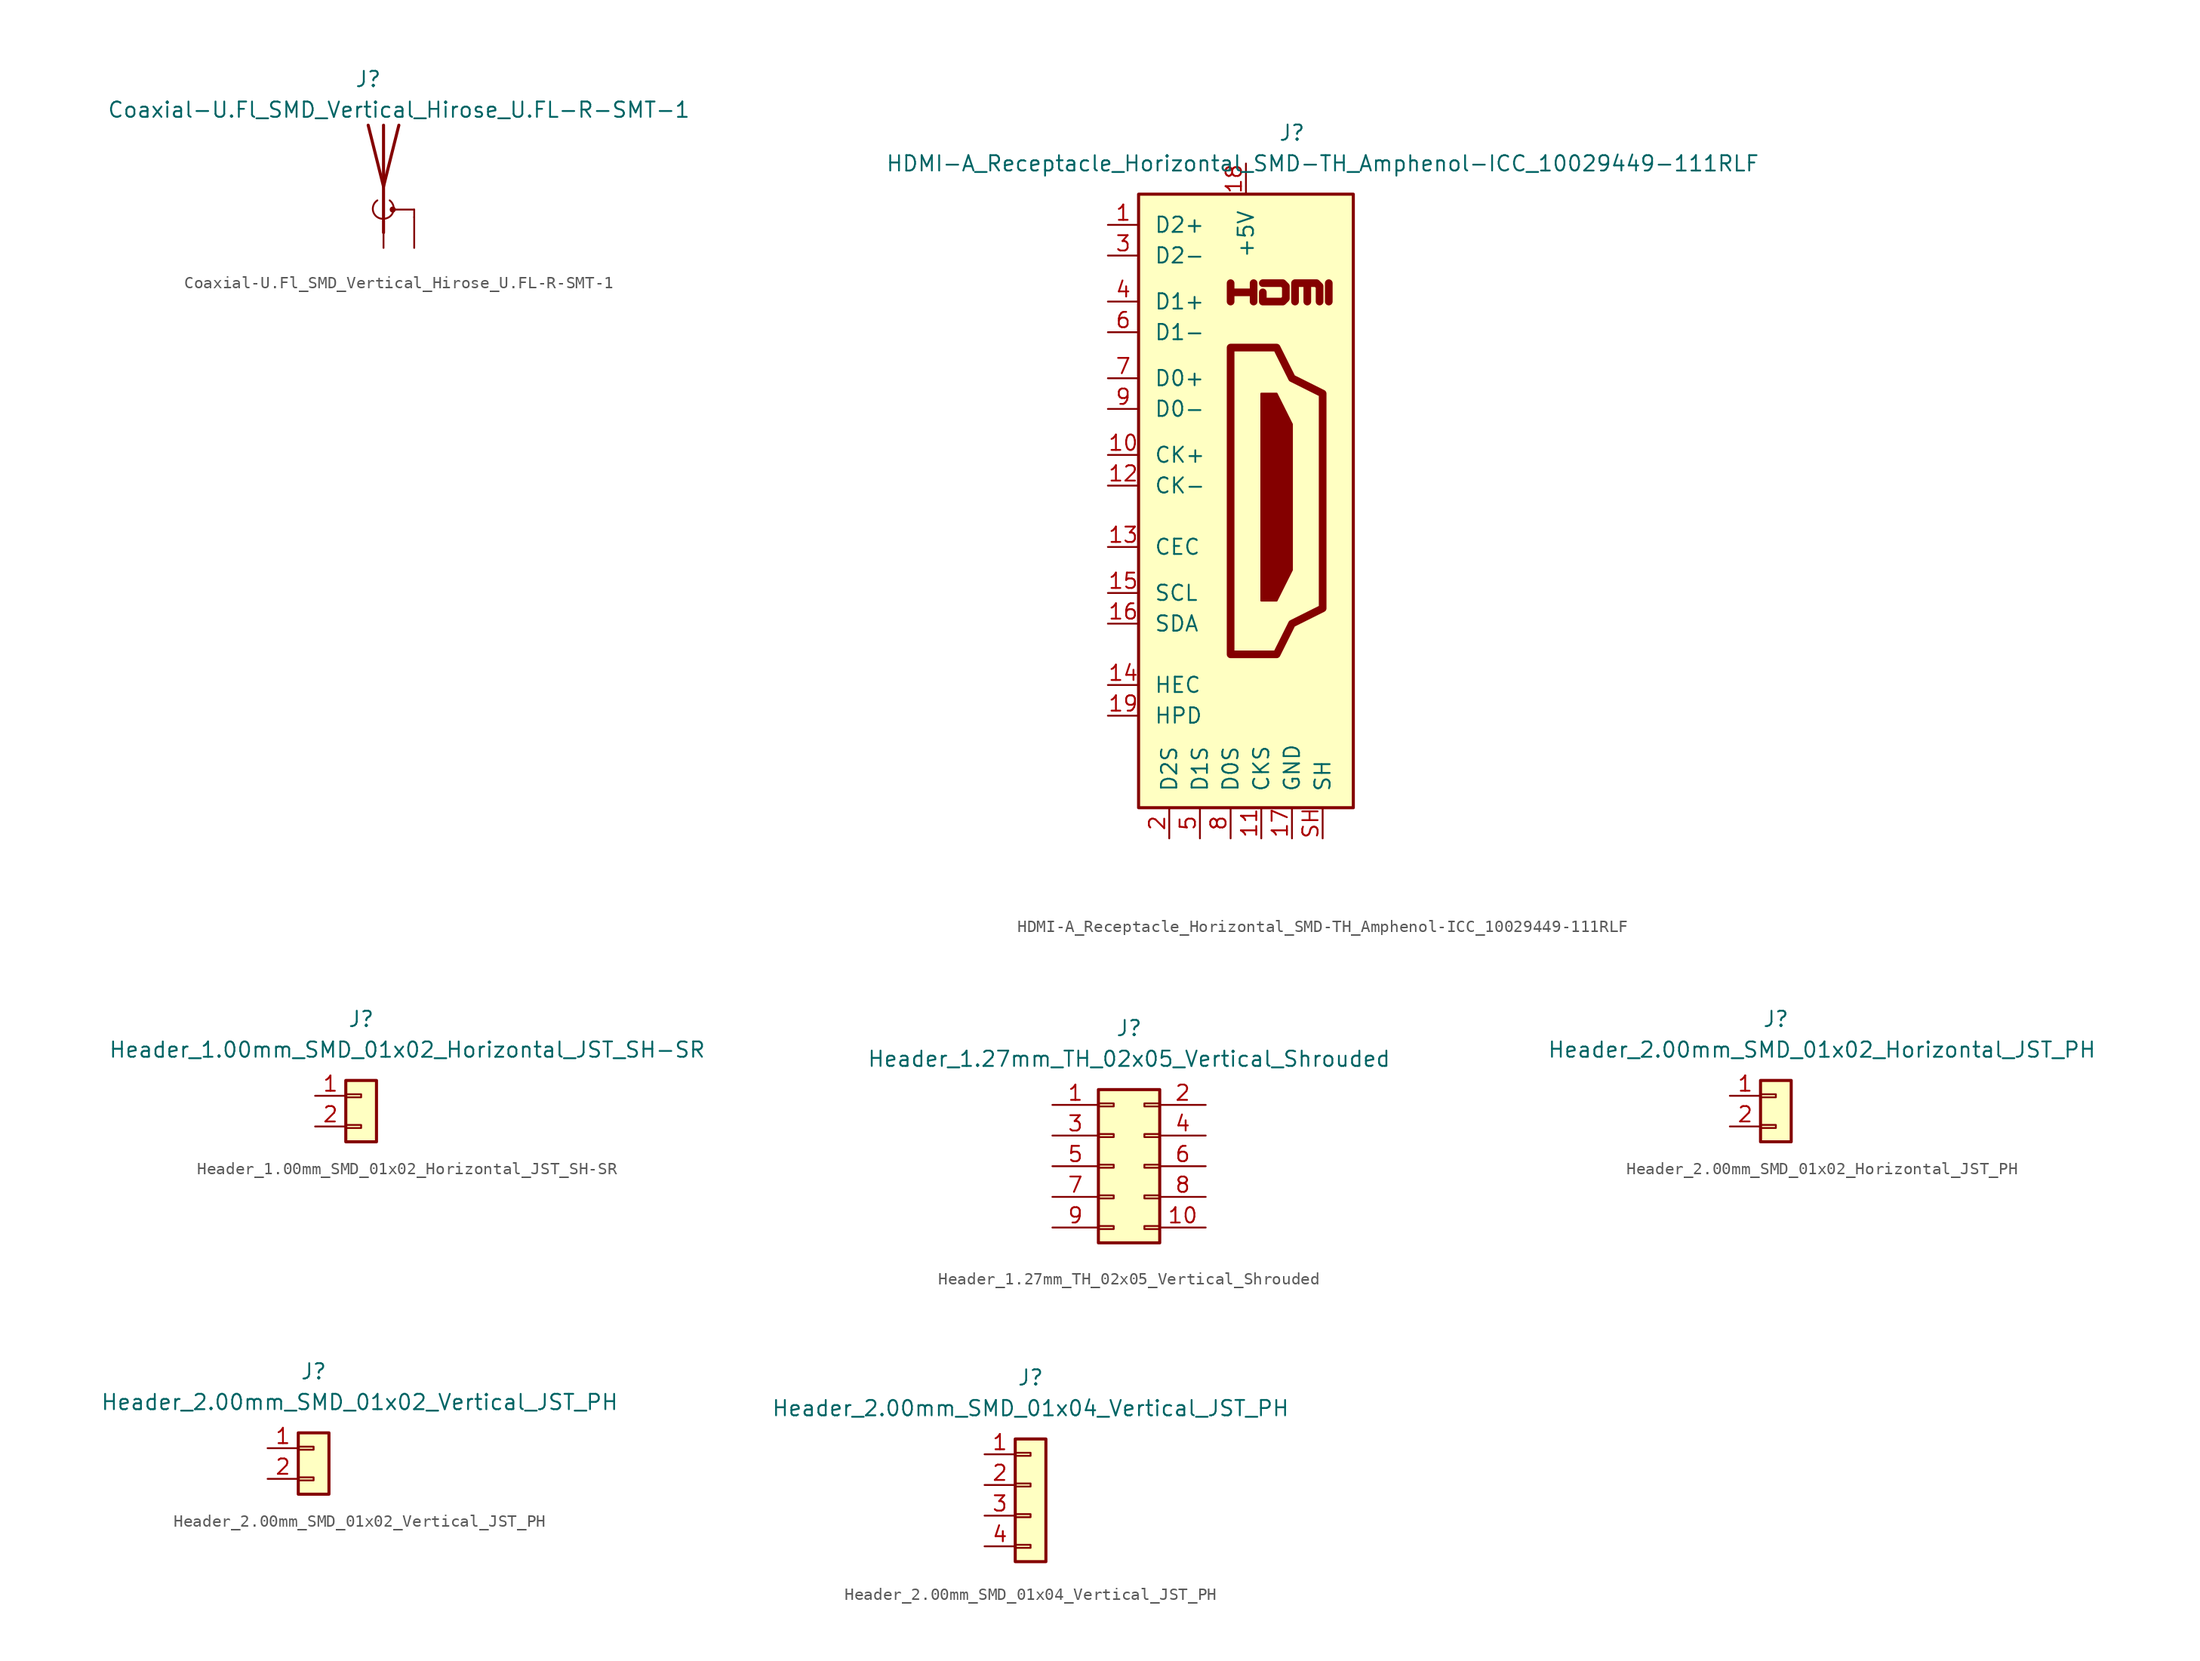
<source format=kicad_sym>
(kicad_symbol_lib
  (version 20241209)
  (generator "kicad_symbol_editor")
  (generator_version "9.0")
  (symbol "Coaxial-U.Fl_SMD_Vertical_Hirose_U.FL-R-SMT-1"
    (pin_numbers
      (hide yes))
    (pin_names
      (offset 1.27)
      (hide yes))
    (property "Reference" "J"
      (at -1.27 8.89 0)
      (effects (font (size 1.27 1.27))))
    (property "Value" "Coaxial-U.Fl_SMD_Vertical_Hirose_U.FL-R-SMT-1"
      (at 1.27 6.35 0)
      (effects (font (size 1.27 1.27))))
    (symbol "Coaxial-U.Fl_SMD_Vertical_Hirose_U.FL-R-SMT-1_1_1"
      (arc (start 0 -2.667) (mid -0.8485 -2.1032) (end -0.508 -1.143) (stroke (width 0) (type default)) (fill (type none)))
      (polyline (pts (xy 0 5.08) (xy 0 -3.81)) (stroke (width 0.254) (type default)) (fill (type none)))
      (polyline (pts (xy 0 -2.54) (xy 0 0)) (stroke (width 0) (type default)) (fill (type none)))
      (arc (start 0.508 -1.143) (mid 0.8046 -2.0885) (end 0 -2.667) (stroke (width 0) (type default)) (fill (type none)))
      (polyline (pts (xy 0.762 -1.905) (xy 2.54 -1.905)) (stroke (width 0) (type default)) (fill (type none)))
      (circle (center 0.762 -1.905) (radius 0.178) (stroke (width 0) (type default)) (fill (type outline)))
      (polyline (pts (xy 1.27 5.08) (xy 0 0) (xy -1.27 5.08)) (stroke (width 0.254) (type default)) (fill (type none)))
      (polyline (pts (xy 2.54 -2.54) (xy 2.54 -1.905)) (stroke (width 0) (type default)) (fill (type none)))
      (pin input line (at 0 -5.08 90) (length 2.54) (name "A" (effects (font (size 1.27 1.27)))) (number "1" (effects (font (size 1.27 1.27)))))
      (pin input line (at 2.54 -5.08 90) (length 2.54) (name "Shield" (effects (font (size 1.27 1.27)))) (number "2" (effects (font (size 1.27 1.27)))))))
  (symbol "HDMI-A_Receptacle_Horizontal_SMD-TH_Amphenol-ICC_10029449-111RLF"
    (pin_names
      (offset 1.27))
    (property "Reference" "J"
      (at 3.81 30.48 0)
      (effects (font (size 1.27 1.27))))
    (property "Value" "HDMI-A_Receptacle_Horizontal_SMD-TH_Amphenol-ICC_10029449-111RLF"
      (at 6.35 27.94 0)
      (effects (font (size 1.27 1.27))))
    (symbol "HDMI-A_Receptacle_Horizontal_SMD-TH_Amphenol-ICC_10029449-111RLF_1_1"
      (rectangle (start -8.89 25.4) (end 8.89 -25.4) (stroke (width 0.254) (type default)) (fill (type background)))
      (polyline (pts (xy -1.27 16.51) (xy -1.27 18.034) (xy -1.27 17.272) (xy 0.635 17.272) (xy 0.635 18.034) (xy 0.635 16.51)) (stroke (width 0.635) (type default)) (fill (type none)))
      (polyline (pts (xy -1.27 12.7) (xy -1.27 -12.7) (xy 2.54 -12.7) (xy 3.81 -10.16) (xy 6.35 -8.89) (xy 6.35 8.89) (xy 3.81 10.16) (xy 2.54 12.7) (xy -1.27 12.7)) (stroke (width 0.635) (type default)) (fill (type none)))
      (polyline (pts (xy 1.27 8.89) (xy 2.54 8.89) (xy 3.81 6.35) (xy 3.81 -5.715) (xy 2.54 -8.255) (xy 1.27 -8.255) (xy 1.27 8.89)) (stroke (width 0) (type default)) (fill (type outline)))
      (polyline (pts (xy 1.397 18.034) (xy 3.048 18.034) (xy 3.302 17.78) (xy 3.302 16.764) (xy 3.048 16.51) (xy 1.397 16.51) (xy 1.397 17.272)) (stroke (width 0.635) (type default)) (fill (type none)))
      (polyline (pts (xy 4.064 16.51) (xy 4.064 18.034) (xy 5.08 18.034) (xy 5.08 16.51) (xy 5.08 18.034) (xy 5.842 18.034) (xy 6.096 17.78) (xy 6.096 16.51)) (stroke (width 0.635) (type default)) (fill (type none)))
      (polyline (pts (xy 6.858 16.51) (xy 6.858 18.034)) (stroke (width 0.635) (type default)) (fill (type none)))
      (pin input line (at -11.43 22.86 0) (length 2.54) (name "D2+" (effects (font (size 1.27 1.27)))) (number "1" (effects (font (size 1.27 1.27)))))
      (pin input line (at -11.43 20.32 0) (length 2.54) (name "D2-" (effects (font (size 1.27 1.27)))) (number "3" (effects (font (size 1.27 1.27)))))
      (pin input line (at -11.43 16.51 0) (length 2.54) (name "D1+" (effects (font (size 1.27 1.27)))) (number "4" (effects (font (size 1.27 1.27)))))
      (pin input line (at -11.43 13.97 0) (length 2.54) (name "D1-" (effects (font (size 1.27 1.27)))) (number "6" (effects (font (size 1.27 1.27)))))
      (pin input line (at -11.43 10.16 0) (length 2.54) (name "D0+" (effects (font (size 1.27 1.27)))) (number "7" (effects (font (size 1.27 1.27)))))
      (pin input line (at -11.43 7.62 0) (length 2.54) (name "D0-" (effects (font (size 1.27 1.27)))) (number "9" (effects (font (size 1.27 1.27)))))
      (pin input line (at -11.43 3.81 0) (length 2.54) (name "CK+" (effects (font (size 1.27 1.27)))) (number "10" (effects (font (size 1.27 1.27)))))
      (pin input line (at -11.43 1.27 0) (length 2.54) (name "CK-" (effects (font (size 1.27 1.27)))) (number "12" (effects (font (size 1.27 1.27)))))
      (pin bidirectional line (at -11.43 -3.81 0) (length 2.54) (name "CEC" (effects (font (size 1.27 1.27)))) (number "13" (effects (font (size 1.27 1.27)))))
      (pin input line (at -11.43 -7.62 0) (length 2.54) (name "SCL" (effects (font (size 1.27 1.27)))) (number "15" (effects (font (size 1.27 1.27)))))
      (pin bidirectional line (at -11.43 -10.16 0) (length 2.54) (name "SDA" (effects (font (size 1.27 1.27)))) (number "16" (effects (font (size 1.27 1.27)))))
      (pin bidirectional line (at -11.43 -15.24 0) (length 2.54) (name "HEC" (effects (font (size 1.27 1.27)))) (number "14" (effects (font (size 1.27 1.27)))))
      (pin output line (at -11.43 -17.78 0) (length 2.54) (name "HPD" (effects (font (size 1.27 1.27)))) (number "19" (effects (font (size 1.27 1.27)))))
      (pin power_in line (at -6.35 -27.94 90) (length 2.54) (name "D2S" (effects (font (size 1.27 1.27)))) (number "2" (effects (font (size 1.27 1.27)))))
      (pin power_in line (at -3.81 -27.94 90) (length 2.54) (name "D1S" (effects (font (size 1.27 1.27)))) (number "5" (effects (font (size 1.27 1.27)))))
      (pin power_in line (at -1.27 -27.94 90) (length 2.54) (name "D0S" (effects (font (size 1.27 1.27)))) (number "8" (effects (font (size 1.27 1.27)))))
      (pin power_in line (at 0 27.94 270) (length 2.54) (name "+5V" (effects (font (size 1.27 1.27)))) (number "18" (effects (font (size 1.27 1.27)))))
      (pin power_in line (at 1.27 -27.94 90) (length 2.54) (name "CKS" (effects (font (size 1.27 1.27)))) (number "11" (effects (font (size 1.27 1.27)))))
      (pin power_in line (at 3.81 -27.94 90) (length 2.54) (name "GND" (effects (font (size 1.27 1.27)))) (number "17" (effects (font (size 1.27 1.27)))))
      (pin passive line (at 6.35 -27.94 90) (length 2.54) (name "SH" (effects (font (size 1.27 1.27)))) (number "SH" (effects (font (size 1.27 1.27)))))))
  (symbol "Header_1.00mm_SMD_01x02_Horizontal_JST_SH-SR"
    (pin_names
      (offset 1.27)
      (hide yes))
    (property "Reference" "J"
      (at 0 7.62 0)
      (effects (font (size 1.27 1.27))))
    (property "Value" "Header_1.00mm_SMD_01x02_Horizontal_JST_SH-SR"
      (at 3.81 5.08 0)
      (effects (font (size 1.27 1.27))))
    (symbol "Header_1.00mm_SMD_01x02_Horizontal_JST_SH-SR_1_1"
      (rectangle (start -1.27 2.54) (end 1.27 -2.54) (stroke (width 0.254) (type default)) (fill (type background)))
      (rectangle (start -1.27 1.397) (end 0 1.143) (stroke (width 0.152) (type default)) (fill (type none)))
      (rectangle (start -1.27 -1.143) (end 0 -1.397) (stroke (width 0.152) (type default)) (fill (type none)))
      (pin passive line (at -3.81 1.27 0) (length 2.54) (name "Pin_1" (effects (font (size 1.27 1.27)))) (number "1" (effects (font (size 1.27 1.27)))))
      (pin passive line (at -3.81 -1.27 0) (length 2.54) (name "Pin_2" (effects (font (size 1.27 1.27)))) (number "2" (effects (font (size 1.27 1.27)))))))
  (symbol "Header_1.27mm_TH_02x05_Vertical_Shrouded"
    (pin_names
      (offset 1.27)
      (hide yes))
    (property "Reference" "J"
      (at 0 11.43 0)
      (effects (font (size 1.27 1.27))))
    (property "Value" "Header_1.27mm_TH_02x05_Vertical_Shrouded"
      (at 0 8.89 0)
      (effects (font (size 1.27 1.27))))
    (symbol "Header_1.27mm_TH_02x05_Vertical_Shrouded_1_1"
      (rectangle (start -2.54 6.35) (end 2.54 -6.35) (stroke (width 0.254) (type default)) (fill (type background)))
      (rectangle (start -2.54 5.207) (end -1.27 4.953) (stroke (width 0.152) (type default)) (fill (type none)))
      (rectangle (start -2.54 2.667) (end -1.27 2.413) (stroke (width 0.152) (type default)) (fill (type none)))
      (rectangle (start -2.54 0.127) (end -1.27 -0.127) (stroke (width 0.152) (type default)) (fill (type none)))
      (rectangle (start -2.54 -2.413) (end -1.27 -2.667) (stroke (width 0.152) (type default)) (fill (type none)))
      (rectangle (start -2.54 -4.953) (end -1.27 -5.207) (stroke (width 0.152) (type default)) (fill (type none)))
      (rectangle (start 2.54 5.207) (end 1.27 4.953) (stroke (width 0.152) (type default)) (fill (type none)))
      (rectangle (start 2.54 2.667) (end 1.27 2.413) (stroke (width 0.152) (type default)) (fill (type none)))
      (rectangle (start 2.54 0.127) (end 1.27 -0.127) (stroke (width 0.152) (type default)) (fill (type none)))
      (rectangle (start 2.54 -2.413) (end 1.27 -2.667) (stroke (width 0.152) (type default)) (fill (type none)))
      (rectangle (start 2.54 -4.953) (end 1.27 -5.207) (stroke (width 0.152) (type default)) (fill (type none)))
      (pin passive line (at -6.35 5.08 0) (length 3.81) (name "Pin_1" (effects (font (size 1.27 1.27)))) (number "1" (effects (font (size 1.27 1.27)))))
      (pin passive line (at -6.35 2.54 0) (length 3.81) (name "Pin_3" (effects (font (size 1.27 1.27)))) (number "3" (effects (font (size 1.27 1.27)))))
      (pin passive line (at -6.35 0 0) (length 3.81) (name "Pin_5" (effects (font (size 1.27 1.27)))) (number "5" (effects (font (size 1.27 1.27)))))
      (pin passive line (at -6.35 -2.54 0) (length 3.81) (name "Pin_7" (effects (font (size 1.27 1.27)))) (number "7" (effects (font (size 1.27 1.27)))))
      (pin passive line (at -6.35 -5.08 0) (length 3.81) (name "Pin_9" (effects (font (size 1.27 1.27)))) (number "9" (effects (font (size 1.27 1.27)))))
      (pin passive line (at 6.35 5.08 180) (length 3.81) (name "Pin_2" (effects (font (size 1.27 1.27)))) (number "2" (effects (font (size 1.27 1.27)))))
      (pin passive line (at 6.35 2.54 180) (length 3.81) (name "Pin_4" (effects (font (size 1.27 1.27)))) (number "4" (effects (font (size 1.27 1.27)))))
      (pin passive line (at 6.35 0 180) (length 3.81) (name "Pin_6" (effects (font (size 1.27 1.27)))) (number "6" (effects (font (size 1.27 1.27)))))
      (pin passive line (at 6.35 -2.54 180) (length 3.81) (name "Pin_8" (effects (font (size 1.27 1.27)))) (number "8" (effects (font (size 1.27 1.27)))))
      (pin passive line (at 6.35 -5.08 180) (length 3.81) (name "Pin_10" (effects (font (size 1.27 1.27)))) (number "10" (effects (font (size 1.27 1.27)))))))
  (symbol "Header_2.00mm_SMD_01x02_Horizontal_JST_PH"
    (pin_names
      (offset 1.27)
      (hide yes))
    (property "Reference" "J"
      (at 0 7.62 0)
      (effects (font (size 1.27 1.27))))
    (property "Value" "Header_2.00mm_SMD_01x02_Horizontal_JST_PH"
      (at 3.81 5.08 0)
      (effects (font (size 1.27 1.27))))
    (symbol "Header_2.00mm_SMD_01x02_Horizontal_JST_PH_1_1"
      (rectangle (start -1.27 2.54) (end 1.27 -2.54) (stroke (width 0.254) (type default)) (fill (type background)))
      (rectangle (start -1.27 1.397) (end 0 1.143) (stroke (width 0.152) (type default)) (fill (type none)))
      (rectangle (start -1.27 -1.143) (end 0 -1.397) (stroke (width 0.152) (type default)) (fill (type none)))
      (pin passive line (at -3.81 1.27 0) (length 2.54) (name "Pin_1" (effects (font (size 1.27 1.27)))) (number "1" (effects (font (size 1.27 1.27)))))
      (pin passive line (at -3.81 -1.27 0) (length 2.54) (name "Pin_2" (effects (font (size 1.27 1.27)))) (number "2" (effects (font (size 1.27 1.27)))))))
  (symbol "Header_2.00mm_SMD_01x02_Vertical_JST_PH"
    (pin_names
      (offset 1.27)
      (hide yes))
    (property "Reference" "J"
      (at 0 7.62 0)
      (effects (font (size 1.27 1.27))))
    (property "Value" "Header_2.00mm_SMD_01x02_Vertical_JST_PH"
      (at 3.81 5.08 0)
      (effects (font (size 1.27 1.27))))
    (symbol "Header_2.00mm_SMD_01x02_Vertical_JST_PH_1_1"
      (rectangle (start -1.27 2.54) (end 1.27 -2.54) (stroke (width 0.254) (type default)) (fill (type background)))
      (rectangle (start -1.27 1.397) (end 0 1.143) (stroke (width 0.152) (type default)) (fill (type none)))
      (rectangle (start -1.27 -1.143) (end 0 -1.397) (stroke (width 0.152) (type default)) (fill (type none)))
      (pin passive line (at -3.81 1.27 0) (length 2.54) (name "Pin_1" (effects (font (size 1.27 1.27)))) (number "1" (effects (font (size 1.27 1.27)))))
      (pin passive line (at -3.81 -1.27 0) (length 2.54) (name "Pin_2" (effects (font (size 1.27 1.27)))) (number "2" (effects (font (size 1.27 1.27)))))))
  (symbol "Header_2.00mm_SMD_01x04_Vertical_JST_PH"
    (pin_names
      (offset 1.27)
      (hide yes))
    (property "Reference" "J"
      (at 0 10.16 0)
      (effects (font (size 1.27 1.27))))
    (property "Value" "Header_2.00mm_SMD_01x04_Vertical_JST_PH"
      (at 0 7.62 0)
      (effects (font (size 1.27 1.27))))
    (symbol "Header_2.00mm_SMD_01x04_Vertical_JST_PH_1_1"
      (rectangle (start -1.27 5.08) (end 1.27 -5.08) (stroke (width 0.254) (type default)) (fill (type background)))
      (rectangle (start -1.27 3.937) (end 0 3.683) (stroke (width 0.152) (type default)) (fill (type none)))
      (rectangle (start -1.27 1.397) (end 0 1.143) (stroke (width 0.152) (type default)) (fill (type none)))
      (rectangle (start 0 -1.143) (end -1.27 -1.397) (stroke (width 0.152) (type default)) (fill (type none)))
      (rectangle (start 0 -3.683) (end -1.27 -3.937) (stroke (width 0.152) (type default)) (fill (type none)))
      (pin passive line (at -3.81 3.81 0) (length 2.54) (name "Pin_1" (effects (font (size 1.27 1.27)))) (number "1" (effects (font (size 1.27 1.27)))))
      (pin passive line (at -3.81 1.27 0) (length 2.54) (name "Pin_2" (effects (font (size 1.27 1.27)))) (number "2" (effects (font (size 1.27 1.27)))))
      (pin passive line (at -3.81 -1.27 0) (length 2.54) (name "Pin_3" (effects (font (size 1.27 1.27)))) (number "3" (effects (font (size 1.27 1.27)))))
      (pin passive line (at -3.81 -3.81 0) (length 2.54) (name "Pin_4" (effects (font (size 1.27 1.27)))) (number "4" (effects (font (size 1.27 1.27))))))))
</source>
